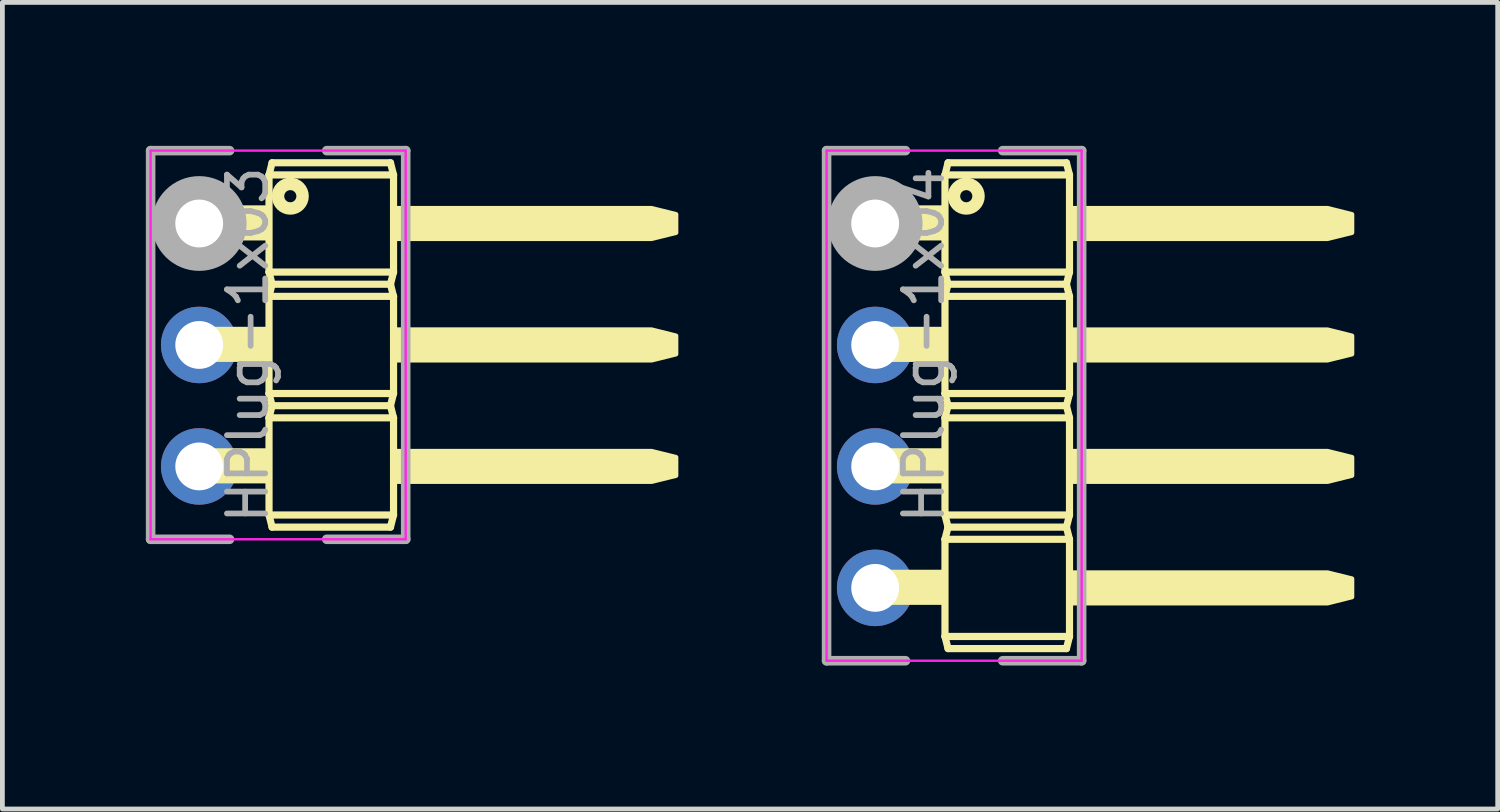
<source format=kicad_pcb>
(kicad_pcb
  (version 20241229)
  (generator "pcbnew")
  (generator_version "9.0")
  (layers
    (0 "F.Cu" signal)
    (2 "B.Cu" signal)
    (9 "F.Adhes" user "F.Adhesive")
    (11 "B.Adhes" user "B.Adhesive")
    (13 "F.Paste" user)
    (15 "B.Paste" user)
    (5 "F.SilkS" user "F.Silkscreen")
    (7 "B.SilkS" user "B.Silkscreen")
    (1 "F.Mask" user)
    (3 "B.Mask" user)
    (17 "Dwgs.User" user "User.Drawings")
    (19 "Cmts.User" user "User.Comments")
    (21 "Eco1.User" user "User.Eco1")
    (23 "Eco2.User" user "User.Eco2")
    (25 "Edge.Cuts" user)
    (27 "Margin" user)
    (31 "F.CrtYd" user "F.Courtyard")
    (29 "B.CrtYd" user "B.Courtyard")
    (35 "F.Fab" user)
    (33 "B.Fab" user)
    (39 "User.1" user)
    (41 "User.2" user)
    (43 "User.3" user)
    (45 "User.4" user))
  (footprint "HPlug-1x04"
    (layer "F.Cu")
    (at 15.252 5.434)
    (property "Reference" "HPlug-1x04" (at 1.016 -1.27 270) (layer "F.Fab") (effects (font (size 0.8 0.8) (thickness 0.12))))
    (attr through_hole)
    (fp_line (start 1.46 -4.826) (end 1.46 -2.794) (stroke (width 0.15) (type solid)) (layer "F.SilkS"))
    (fp_line (start 1.46 -4.826) (end 4.064 -4.826) (stroke (width 0.15) (type solid)) (layer "F.SilkS"))
    (fp_line (start 1.46 -2.794) (end 1.524 -2.54) (stroke (width 0.15) (type solid)) (layer "F.SilkS"))
    (fp_line (start 1.46 -2.794) (end 4.064 -2.794) (stroke (width 0.15) (type solid)) (layer "F.SilkS"))
    (fp_line (start 1.46 -2.286) (end 1.46 -0.254) (stroke (width 0.15) (type solid)) (layer "F.SilkS"))
    (fp_line (start 1.46 -2.286) (end 4.064 -2.286) (stroke (width 0.15) (type solid)) (layer "F.SilkS"))
    (fp_line (start 1.46 -0.254) (end 1.524 0) (stroke (width 0.15) (type solid)) (layer "F.SilkS"))
    (fp_line (start 1.46 -0.254) (end 4.064 -0.254) (stroke (width 0.15) (type solid)) (layer "F.SilkS"))
    (fp_line (start 1.46 0.254) (end 1.46 2.286) (stroke (width 0.15) (type solid)) (layer "F.SilkS"))
    (fp_line (start 1.46 0.254) (end 4.064 0.254) (stroke (width 0.15) (type solid)) (layer "F.SilkS"))
    (fp_line (start 1.46 2.286) (end 1.524 2.54) (stroke (width 0.15) (type solid)) (layer "F.SilkS"))
    (fp_line (start 1.46 2.286) (end 4.064 2.286) (stroke (width 0.15) (type solid)) (layer "F.SilkS"))
    (fp_line (start 1.46 2.794) (end 1.46 4.826) (stroke (width 0.15) (type solid)) (layer "F.SilkS"))
    (fp_line (start 1.46 2.794) (end 4.064 2.794) (stroke (width 0.15) (type solid)) (layer "F.SilkS"))
    (fp_line (start 1.46 4.826) (end 1.524 5.08) (stroke (width 0.15) (type solid)) (layer "F.SilkS"))
    (fp_line (start 1.46 4.826) (end 4.064 4.826) (stroke (width 0.15) (type solid)) (layer "F.SilkS"))
    (fp_line (start 1.524 -5.08) (end 1.46 -4.826) (stroke (width 0.15) (type solid)) (layer "F.SilkS"))
    (fp_line (start 1.524 -5.08) (end 4 -5.08) (stroke (width 0.15) (type solid)) (layer "F.SilkS"))
    (fp_line (start 1.524 -2.54) (end 1.46 -2.286) (stroke (width 0.15) (type solid)) (layer "F.SilkS"))
    (fp_line (start 1.524 -2.54) (end 4 -2.54) (stroke (width 0.15) (type solid)) (layer "F.SilkS"))
    (fp_line (start 1.524 0) (end 1.46 0.254) (stroke (width 0.15) (type solid)) (layer "F.SilkS"))
    (fp_line (start 1.524 0) (end 4 0) (stroke (width 0.15) (type solid)) (layer "F.SilkS"))
    (fp_line (start 1.524 2.54) (end 1.46 2.794) (stroke (width 0.15) (type solid)) (layer "F.SilkS"))
    (fp_line (start 1.524 2.54) (end 4 2.54) (stroke (width 0.15) (type solid)) (layer "F.SilkS"))
    (fp_line (start 1.524 5.08) (end 4 5.08) (stroke (width 0.15) (type solid)) (layer "F.SilkS"))
    (fp_line (start 4 -5.08) (end 4.064 -4.826) (stroke (width 0.15) (type solid)) (layer "F.SilkS"))
    (fp_line (start 4 -2.54) (end 4.064 -2.286) (stroke (width 0.15) (type solid)) (layer "F.SilkS"))
    (fp_line (start 4 0) (end 4.064 0.254) (stroke (width 0.15) (type solid)) (layer "F.SilkS"))
    (fp_line (start 4 2.54) (end 4.064 2.794) (stroke (width 0.15) (type solid)) (layer "F.SilkS"))
    (fp_line (start 4.064 -2.794) (end 4 -2.54) (stroke (width 0.15) (type solid)) (layer "F.SilkS"))
    (fp_line (start 4.064 -2.794) (end 4.064 -4.826) (stroke (width 0.15) (type solid)) (layer "F.SilkS"))
    (fp_line (start 4.064 -0.254) (end 4 0) (stroke (width 0.15) (type solid)) (layer "F.SilkS"))
    (fp_line (start 4.064 -0.254) (end 4.064 -2.286) (stroke (width 0.15) (type solid)) (layer "F.SilkS"))
    (fp_line (start 4.064 2.286) (end 4 2.54) (stroke (width 0.15) (type solid)) (layer "F.SilkS"))
    (fp_line (start 4.064 2.286) (end 4.064 0.254) (stroke (width 0.15) (type solid)) (layer "F.SilkS"))
    (fp_line (start 4.064 4.826) (end 4 5.08) (stroke (width 0.15) (type solid)) (layer "F.SilkS"))
    (fp_line (start 4.064 4.826) (end 4.064 2.794) (stroke (width 0.15) (type solid)) (layer "F.SilkS"))
    (fp_circle (center 1.905 -4.381) (end 2.032 -4.381) (stroke (width 0.26) (type solid)) (fill no) (layer "F.SilkS"))
    (fp_poly (pts (xy -0.356 -1.092) (xy -0.356 -1.473) (xy 0.025 -1.6) (xy 1.46 -1.6) (xy 1.46 -0.965) (xy 0.025 -0.965)) (stroke (width 0.1) (type solid)) (fill yes) (layer "F.SilkS"))
    (fp_poly (pts (xy -0.343 -3.632) (xy -0.343 -4.013) (xy 0.038 -4.14) (xy 1.473 -4.14) (xy 1.473 -3.505) (xy 0.038 -3.505)) (stroke (width 0.1) (type solid)) (fill yes) (layer "F.SilkS"))
    (fp_poly (pts (xy -0.343 1.448) (xy -0.343 1.067) (xy 0.038 0.94) (xy 1.473 0.94) (xy 1.473 1.575) (xy 0.038 1.575)) (stroke (width 0.1) (type solid)) (fill yes) (layer "F.SilkS"))
    (fp_poly (pts (xy -0.343 3.988) (xy -0.343 3.607) (xy 0.038 3.48) (xy 1.473 3.48) (xy 1.473 4.115) (xy 0.038 4.115)) (stroke (width 0.1) (type solid)) (fill yes) (layer "F.SilkS"))
    (fp_poly (pts (xy 9.97 -4) (xy 9.97 -3.619) (xy 9.461 -3.493) (xy 4.064 -3.493) (xy 4.064 -4.128) (xy 9.461 -4.128)) (stroke (width 0.1) (type solid)) (fill yes) (layer "F.SilkS"))
    (fp_poly (pts (xy 9.97 -1.46) (xy 9.97 -1.079) (xy 9.461 -0.953) (xy 4.064 -0.953) (xy 4.064 -1.587) (xy 9.461 -1.587)) (stroke (width 0.1) (type solid)) (fill yes) (layer "F.SilkS"))
    (fp_poly (pts (xy 9.97 1.079) (xy 9.97 1.46) (xy 9.461 1.587) (xy 4.064 1.587) (xy 4.064 0.953) (xy 9.461 0.953)) (stroke (width 0.1) (type solid)) (fill yes) (layer "F.SilkS"))
    (fp_poly (pts (xy 9.97 3.619) (xy 9.97 4) (xy 9.461 4.128) (xy 4.064 4.128) (xy 4.064 3.493) (xy 9.461 3.493)) (stroke (width 0.1) (type solid)) (fill yes) (layer "F.SilkS"))
    (fp_line (start -1.016 -5.334) (end -1.016 5.334) (stroke (width 0.05) (type solid)) (layer "F.CrtYd"))
    (fp_line (start -1.016 -5.334) (end 4.318 -5.334) (stroke (width 0.05) (type solid)) (layer "F.CrtYd"))
    (fp_line (start -1.016 5.334) (end 4.318 5.334) (stroke (width 0.05) (type solid)) (layer "F.CrtYd"))
    (fp_line (start 4.318 -5.334) (end 4.318 5.334) (stroke (width 0.05) (type solid)) (layer "F.CrtYd"))
    (fp_line (start -1.016 -5.334) (end 0.635 -5.334) (stroke (width 0.2) (type solid)) (layer "F.Fab"))
    (fp_line (start -1.016 5.334) (end -1.016 -5.334) (stroke (width 0.2) (type solid)) (layer "F.Fab"))
    (fp_line (start -1.016 5.334) (end 0.635 5.334) (stroke (width 0.2) (type solid)) (layer "F.Fab"))
    (fp_line (start 2.667 -5.334) (end 4.318 -5.334) (stroke (width 0.2) (type solid)) (layer "F.Fab"))
    (fp_line (start 2.667 5.334) (end 4.318 5.334) (stroke (width 0.2) (type solid)) (layer "F.Fab"))
    (fp_line (start 4.318 5.334) (end 4.318 -5.334) (stroke (width 0.2) (type solid)) (layer "F.Fab"))
    (fp_circle (center 0 -3.81) (end 0 -3.619) (stroke (width 0.8) (type solid)) (fill no) (layer "F.Fab"))
    (pad "1" thru_hole circle (at 0 -3.81) (size 1.6 1.6) (drill 1) (layers "*.Cu" "*.Mask"))
    (pad "2" thru_hole circle (at 0 -1.27) (size 1.6 1.6) (drill 1) (layers "*.Cu" "*.Mask"))
    (pad "3" thru_hole circle (at 0 1.27) (size 1.6 1.6) (drill 1) (layers "*.Cu" "*.Mask"))
    (pad "4" thru_hole circle (at 0 3.81) (size 1.6 1.6) (drill 1) (layers "*.Cu" "*.Mask")))
  (footprint "HPlug-1x03"
    (layer "F.Cu")
    (at 1.116 4.164)
    (property "Reference" "HPlug-1x03" (at 1.016 0 270) (layer "F.Fab") (effects (font (size 0.8 0.8) (thickness 0.12))))
    (attr through_hole)
    (fp_line (start 1.46 -3.556) (end 1.46 -1.524) (stroke (width 0.15) (type solid)) (layer "F.SilkS"))
    (fp_line (start 1.46 -3.556) (end 4.064 -3.556) (stroke (width 0.15) (type solid)) (layer "F.SilkS"))
    (fp_line (start 1.46 -1.524) (end 1.524 -1.27) (stroke (width 0.15) (type solid)) (layer "F.SilkS"))
    (fp_line (start 1.46 -1.524) (end 4.064 -1.524) (stroke (width 0.15) (type solid)) (layer "F.SilkS"))
    (fp_line (start 1.46 -1.016) (end 1.46 1.016) (stroke (width 0.15) (type solid)) (layer "F.SilkS"))
    (fp_line (start 1.46 -1.016) (end 4.064 -1.016) (stroke (width 0.15) (type solid)) (layer "F.SilkS"))
    (fp_line (start 1.46 1.016) (end 1.524 1.27) (stroke (width 0.15) (type solid)) (layer "F.SilkS"))
    (fp_line (start 1.46 1.016) (end 4.064 1.016) (stroke (width 0.15) (type solid)) (layer "F.SilkS"))
    (fp_line (start 1.46 1.524) (end 1.46 3.556) (stroke (width 0.15) (type solid)) (layer "F.SilkS"))
    (fp_line (start 1.46 1.524) (end 4.064 1.524) (stroke (width 0.15) (type solid)) (layer "F.SilkS"))
    (fp_line (start 1.46 3.556) (end 1.524 3.81) (stroke (width 0.15) (type solid)) (layer "F.SilkS"))
    (fp_line (start 1.46 3.556) (end 4.064 3.556) (stroke (width 0.15) (type solid)) (layer "F.SilkS"))
    (fp_line (start 1.524 -3.81) (end 1.46 -3.556) (stroke (width 0.15) (type solid)) (layer "F.SilkS"))
    (fp_line (start 1.524 -3.81) (end 4 -3.81) (stroke (width 0.15) (type solid)) (layer "F.SilkS"))
    (fp_line (start 1.524 -1.27) (end 1.46 -1.016) (stroke (width 0.15) (type solid)) (layer "F.SilkS"))
    (fp_line (start 1.524 -1.27) (end 4 -1.27) (stroke (width 0.15) (type solid)) (layer "F.SilkS"))
    (fp_line (start 1.524 1.27) (end 1.46 1.524) (stroke (width 0.15) (type solid)) (layer "F.SilkS"))
    (fp_line (start 1.524 1.27) (end 4 1.27) (stroke (width 0.15) (type solid)) (layer "F.SilkS"))
    (fp_line (start 1.524 3.81) (end 4 3.81) (stroke (width 0.15) (type solid)) (layer "F.SilkS"))
    (fp_line (start 4 -3.81) (end 4.064 -3.556) (stroke (width 0.15) (type solid)) (layer "F.SilkS"))
    (fp_line (start 4 -1.27) (end 4.064 -1.016) (stroke (width 0.15) (type solid)) (layer "F.SilkS"))
    (fp_line (start 4 1.27) (end 4.064 1.524) (stroke (width 0.15) (type solid)) (layer "F.SilkS"))
    (fp_line (start 4.064 -1.524) (end 4 -1.27) (stroke (width 0.15) (type solid)) (layer "F.SilkS"))
    (fp_line (start 4.064 -1.524) (end 4.064 -3.556) (stroke (width 0.15) (type solid)) (layer "F.SilkS"))
    (fp_line (start 4.064 1.016) (end 4 1.27) (stroke (width 0.15) (type solid)) (layer "F.SilkS"))
    (fp_line (start 4.064 1.016) (end 4.064 -1.016) (stroke (width 0.15) (type solid)) (layer "F.SilkS"))
    (fp_line (start 4.064 3.556) (end 4 3.81) (stroke (width 0.15) (type solid)) (layer "F.SilkS"))
    (fp_line (start 4.064 3.556) (end 4.064 1.524) (stroke (width 0.15) (type solid)) (layer "F.SilkS"))
    (fp_circle (center 1.905 -3.111) (end 2.032 -3.111) (stroke (width 0.26) (type solid)) (fill no) (layer "F.SilkS"))
    (fp_poly (pts (xy -0.356 0.178) (xy -0.356 -0.203) (xy 0.025 -0.33) (xy 1.46 -0.33) (xy 1.46 0.305) (xy 0.025 0.305)) (stroke (width 0.1) (type solid)) (fill yes) (layer "F.SilkS"))
    (fp_poly (pts (xy -0.343 -2.362) (xy -0.343 -2.743) (xy 0.038 -2.87) (xy 1.473 -2.87) (xy 1.473 -2.235) (xy 0.038 -2.235)) (stroke (width 0.1) (type solid)) (fill yes) (layer "F.SilkS"))
    (fp_poly (pts (xy -0.343 2.718) (xy -0.343 2.337) (xy 0.038 2.21) (xy 1.473 2.21) (xy 1.473 2.845) (xy 0.038 2.845)) (stroke (width 0.1) (type solid)) (fill yes) (layer "F.SilkS"))
    (fp_poly (pts (xy 9.97 -2.731) (xy 9.97 -2.349) (xy 9.461 -2.223) (xy 4.064 -2.223) (xy 4.064 -2.857) (xy 9.461 -2.857)) (stroke (width 0.1) (type solid)) (fill yes) (layer "F.SilkS"))
    (fp_poly (pts (xy 9.97 -0.191) (xy 9.97 0.191) (xy 9.461 0.318) (xy 4.064 0.318) (xy 4.064 -0.318) (xy 9.461 -0.318)) (stroke (width 0.1) (type solid)) (fill yes) (layer "F.SilkS"))
    (fp_poly (pts (xy 9.97 2.349) (xy 9.97 2.731) (xy 9.461 2.857) (xy 4.064 2.857) (xy 4.064 2.223) (xy 9.461 2.223)) (stroke (width 0.1) (type solid)) (fill yes) (layer "F.SilkS"))
    (fp_line (start -1.016 -4.064) (end -1.016 4.064) (stroke (width 0.05) (type solid)) (layer "F.CrtYd"))
    (fp_line (start -1.016 -4.064) (end 4.318 -4.064) (stroke (width 0.05) (type solid)) (layer "F.CrtYd"))
    (fp_line (start -1.016 4.064) (end 4.318 4.064) (stroke (width 0.05) (type solid)) (layer "F.CrtYd"))
    (fp_line (start 4.318 -4.064) (end 4.318 4.064) (stroke (width 0.05) (type solid)) (layer "F.CrtYd"))
    (fp_line (start -1.016 -4.064) (end 0.635 -4.064) (stroke (width 0.2) (type solid)) (layer "F.Fab"))
    (fp_line (start -1.016 4.064) (end -1.016 -4.064) (stroke (width 0.2) (type solid)) (layer "F.Fab"))
    (fp_line (start -1.016 4.064) (end 0.635 4.064) (stroke (width 0.2) (type solid)) (layer "F.Fab"))
    (fp_line (start 2.667 -4.064) (end 4.318 -4.064) (stroke (width 0.2) (type solid)) (layer "F.Fab"))
    (fp_line (start 2.667 4.064) (end 4.318 4.064) (stroke (width 0.2) (type solid)) (layer "F.Fab"))
    (fp_line (start 4.318 4.064) (end 4.318 -4.064) (stroke (width 0.2) (type solid)) (layer "F.Fab"))
    (fp_circle (center 0 -2.54) (end 0 -2.349) (stroke (width 0.8) (type solid)) (fill no) (layer "F.Fab"))
    (pad "1" thru_hole circle (at 0 -2.54) (size 1.6 1.6) (drill 1) (layers "*.Cu" "*.Mask"))
    (pad "2" thru_hole circle (at 0 0) (size 1.6 1.6) (drill 1) (layers "*.Cu" "*.Mask"))
    (pad "3" thru_hole circle (at 0 2.54) (size 1.6 1.6) (drill 1) (layers "*.Cu" "*.Mask")))
  (gr_rect
    (start -3 -3)
    (end 28.271 13.868)
    (stroke (width 0.1) (type default))
    (fill no)
    (layer "Edge.Cuts")))
</source>
